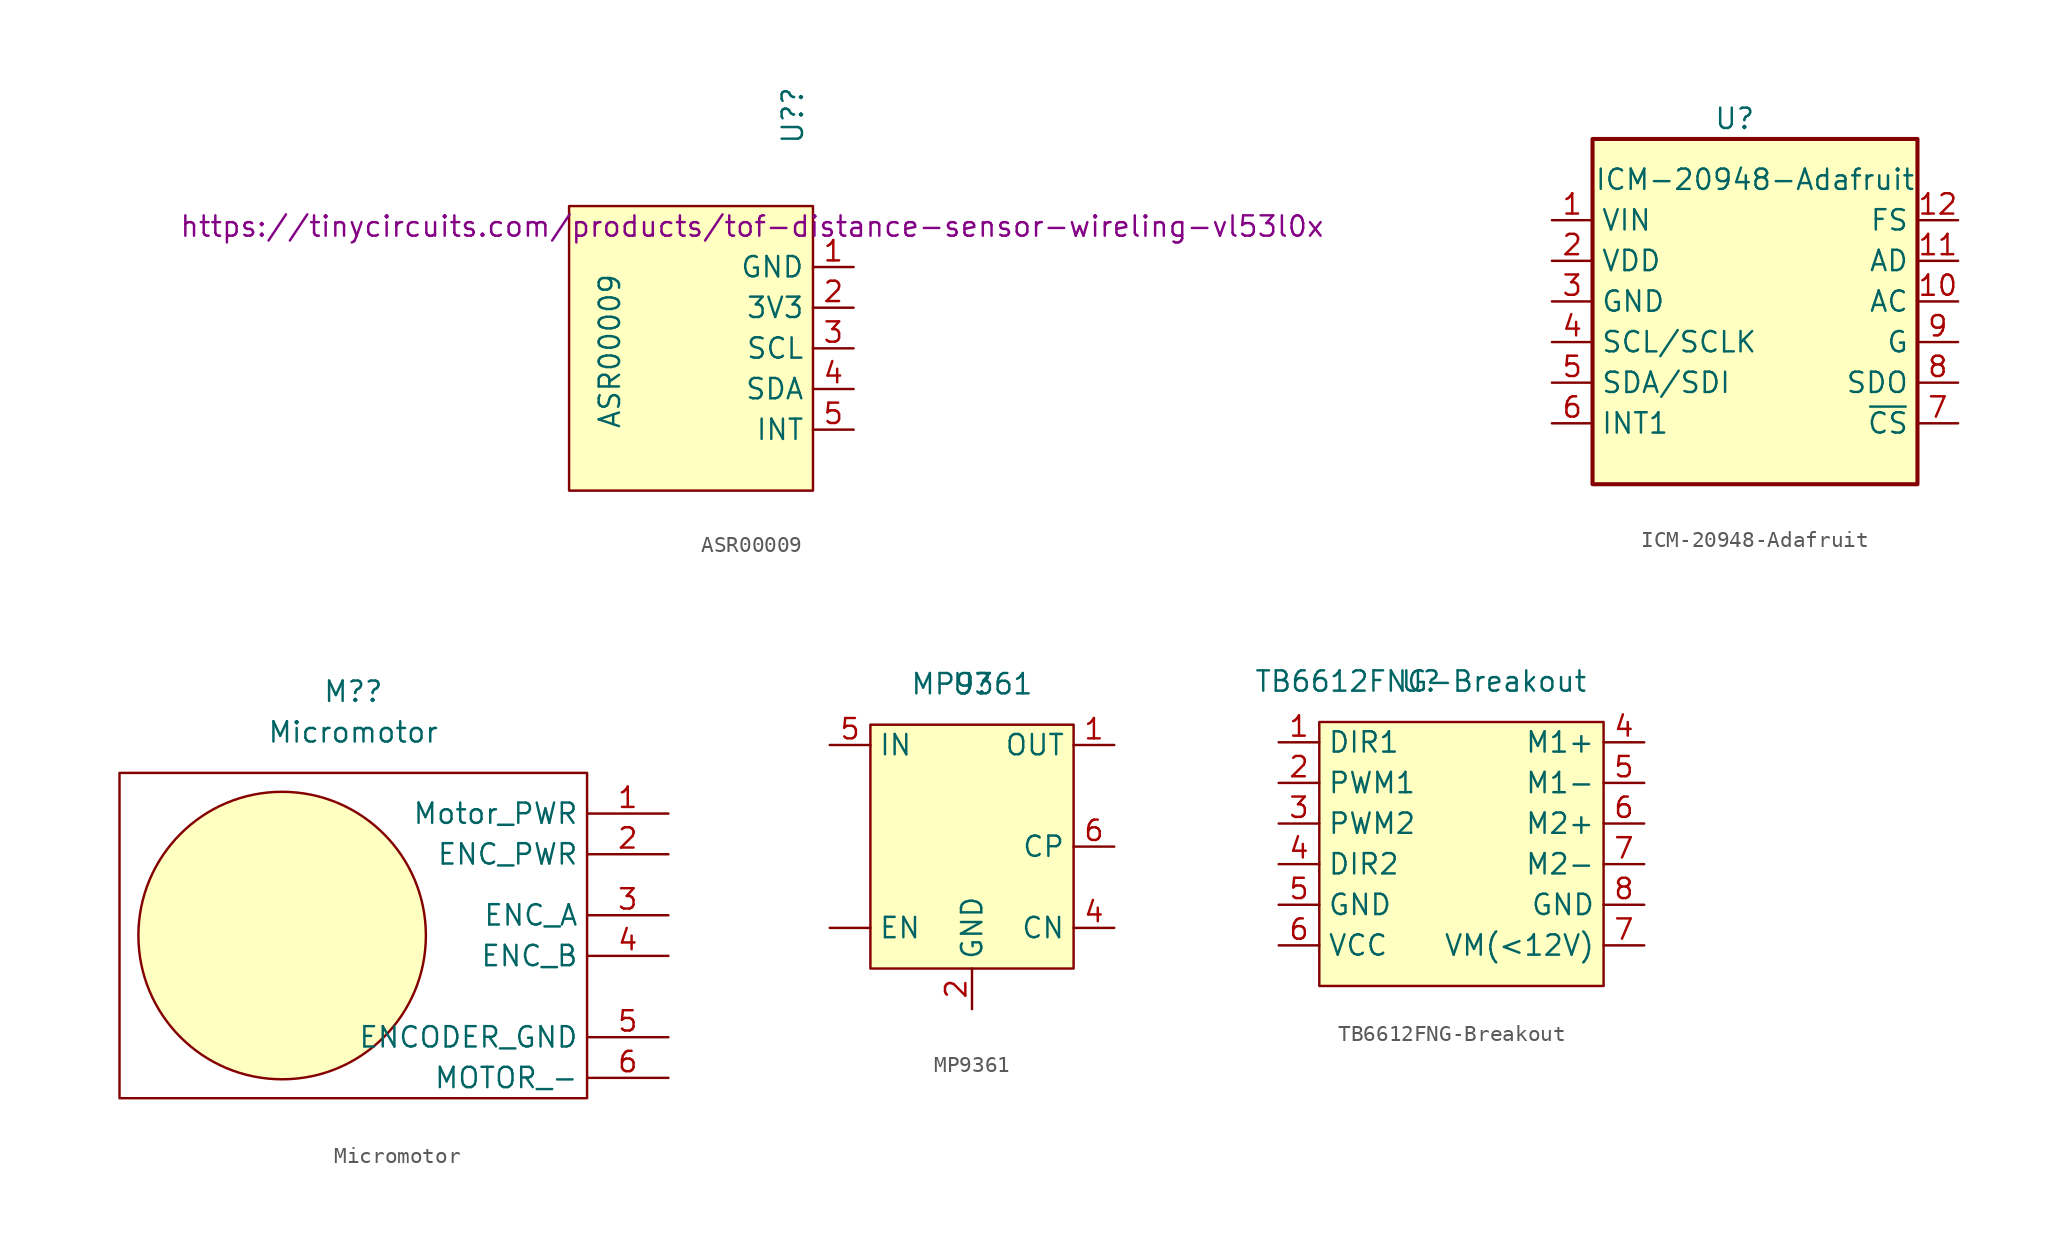
<source format=kicad_sym>
(kicad_symbol_lib
  (version 20211014)
  (generator kicad_symbol_editor)
  (symbol "ASR00009"
    (property "Reference" "U?"
      (at 2.54 5.08 90)
      (effects (font (size 1.27 1.27)) (justify left)))
    (property "Value" "ASR00009"
      (at -8.89 -12.7 90)
      (effects (font (size 1.27 1.27)) (justify left)))
    (property "breakout " "https://tinycircuits.com/products/tof-distance-sensor-wireling-vl53l0x"
      (at 0 0 0)
      (effects (font (size 1.27 1.27))))
    (symbol "ASR00009_0_1"
      (rectangle (start -11.43 1.27) (end 3.81 -16.51) (stroke (width 0) (type default) (color 0 0 0 0)) (fill (type background))))
    (symbol "ASR00009_1_1"
      (pin input line (at 6.35 -2.54 180) (length 2.54) (name "GND" (effects (font (size 1.27 1.27)))) (number "1" (effects (font (size 1.27 1.27)))))
      (pin input line (at 6.35 -5.08 180) (length 2.54) (name "3V3" (effects (font (size 1.27 1.27)))) (number "2" (effects (font (size 1.27 1.27)))))
      (pin input line (at 6.35 -7.62 180) (length 2.54) (name "SCL" (effects (font (size 1.27 1.27)))) (number "3" (effects (font (size 1.27 1.27)))))
      (pin input line (at 6.35 -10.16 180) (length 2.54) (name "SDA" (effects (font (size 1.27 1.27)))) (number "4" (effects (font (size 1.27 1.27)))))
      (pin input line (at 6.35 -12.7 180) (length 2.54) (name "INT" (effects (font (size 1.27 1.27)))) (number "5" (effects (font (size 1.27 1.27)))))))
  (symbol "ICM-20948-Adafruit"
    (property "Reference" "U"
      (at -1.27 16.51 0)
      (effects (font (size 1.27 1.27))))
    (property "Value" "ICM-20948-Adafruit"
      (at 0 12.7 0)
      (effects (font (size 1.27 1.27))))
    (symbol "ICM-20948-Adafruit_0_1"
      (rectangle (start -10.16 15.24) (end 10.16 -6.35) (stroke (width 0.254) (type default) (color 0 0 0 0)) (fill (type background))))
    (symbol "ICM-20948-Adafruit_1_1"
      (pin power_in line (at -12.7 10.16 0) (length 2.54) (name "VIN" (effects (font (size 1.27 1.27)))) (number "1" (effects (font (size 1.27 1.27)))))
      (pin passive line (at 12.7 5.08 180) (length 2.54) (name "AC" (effects (font (size 1.27 1.27)))) (number "10" (effects (font (size 1.27 1.27)))))
      (pin bidirectional line (at 12.7 7.62 180) (length 2.54) (name "AD" (effects (font (size 1.27 1.27)))) (number "11" (effects (font (size 1.27 1.27)))))
      (pin passive line (at 12.7 10.16 180) (length 2.54) (name "FS" (effects (font (size 1.27 1.27)))) (number "12" (effects (font (size 1.27 1.27)))))
      (pin power_in line (at -12.7 7.62 0) (length 2.54) (name "VDD" (effects (font (size 1.27 1.27)))) (number "2" (effects (font (size 1.27 1.27)))))
      (pin power_in line (at -12.7 5.08 0) (length 2.54) (name "GND" (effects (font (size 1.27 1.27)))) (number "3" (effects (font (size 1.27 1.27)))))
      (pin input line (at -12.7 2.54 0) (length 2.54) (name "SCL/SCLK" (effects (font (size 1.27 1.27)))) (number "4" (effects (font (size 1.27 1.27)))))
      (pin bidirectional line (at -12.7 0 0) (length 2.54) (name "SDA/SDI" (effects (font (size 1.27 1.27)))) (number "5" (effects (font (size 1.27 1.27)))))
      (pin output line (at -12.7 -2.54 0) (length 2.54) (name "INT1" (effects (font (size 1.27 1.27)))) (number "6" (effects (font (size 1.27 1.27)))))
      (pin input line (at 12.7 -2.54 180) (length 2.54) (name "~{CS}" (effects (font (size 1.27 1.27)))) (number "7" (effects (font (size 1.27 1.27)))))
      (pin output line (at 12.7 0 180) (length 2.54) (name "SDO" (effects (font (size 1.27 1.27)))) (number "8" (effects (font (size 1.27 1.27)))))
      (pin bidirectional line (at 12.7 2.54 180) (length 2.54) (name "G" (effects (font (size 1.27 1.27)))) (number "9" (effects (font (size 1.27 1.27)))))))
  (symbol "Micromotor"
    (property "Reference" "M?"
      (at -6.985 1.27 0)
      (effects (font (size 1.27 1.27))))
    (property "Value" "Micromotor"
      (at -6.985 -1.27 0)
      (effects (font (size 1.27 1.27))))
    (symbol "Micromotor_0_1"
      (rectangle (start -21.59 -3.81) (end 7.62 -24.13) (stroke (width 0) (type default) (color 0 0 0 0)) (fill (type none)))
      (circle (center -11.43 -13.97) (radius 8.98) (stroke (width 0) (type default) (color 0 0 0 0)) (fill (type background))))
    (symbol "Micromotor_1_1"
      (pin input line (at 12.7 -6.35 180) (length 5.08) (name "Motor_PWR" (effects (font (size 1.27 1.27)))) (number "1" (effects (font (size 1.27 1.27)))))
      (pin input line (at 12.7 -8.89 180) (length 5.08) (name "ENC_PWR" (effects (font (size 1.27 1.27)))) (number "2" (effects (font (size 1.27 1.27)))))
      (pin input line (at 12.7 -12.7 180) (length 5.08) (name "ENC_A" (effects (font (size 1.27 1.27)))) (number "3" (effects (font (size 1.27 1.27)))))
      (pin input line (at 12.7 -15.24 180) (length 5.08) (name "ENC_B" (effects (font (size 1.27 1.27)))) (number "4" (effects (font (size 1.27 1.27)))))
      (pin input line (at 12.7 -20.32 180) (length 5.08) (name "ENCODER_GND" (effects (font (size 1.27 1.27)))) (number "5" (effects (font (size 1.27 1.27)))))
      (pin input line (at 12.7 -22.86 180) (length 5.08) (name "MOTOR_-" (effects (font (size 1.27 1.27)))) (number "6" (effects (font (size 1.27 1.27)))))))
  (symbol "MP9361"
    (property "Reference" "U"
      (at 0 0 0)
      (effects (font (size 1.27 1.27))))
    (property "Value" "MP9361"
      (at 0 0 0)
      (effects (font (size 1.27 1.27))))
    (symbol "MP9361_0_1"
      (rectangle (start 6.35 -17.78) (end -6.35 -2.54) (stroke (width 0) (type default) (color 0 0 0 0)) (fill (type background))))
    (symbol "MP9361_1_1"
      (pin input line (at -8.89 -15.24 0) (length 2.54) (name "EN" (effects (font (size 1.27 1.27)))) (number "" (effects (font (size 1.27 1.27)))))
      (pin input line (at 8.89 -3.81 180) (length 2.54) (name "OUT" (effects (font (size 1.27 1.27)))) (number "1" (effects (font (size 1.27 1.27)))))
      (pin input line (at 0 -20.32 90) (length 2.54) (name "GND" (effects (font (size 1.27 1.27)))) (number "2" (effects (font (size 1.27 1.27)))))
      (pin input line (at 8.89 -15.24 180) (length 2.54) (name "CN" (effects (font (size 1.27 1.27)))) (number "4" (effects (font (size 1.27 1.27)))))
      (pin input line (at -8.89 -3.81 0) (length 2.54) (name "IN" (effects (font (size 1.27 1.27)))) (number "5" (effects (font (size 1.27 1.27)))))
      (pin input line (at 8.89 -10.16 180) (length 2.54) (name "CP" (effects (font (size 1.27 1.27)))) (number "6" (effects (font (size 1.27 1.27)))))))
  (symbol "TB6612FNG-Breakout"
    (property "Reference" "U"
      (at 0 0 0)
      (effects (font (size 1.27 1.27))))
    (property "Value" "TB6612FNG-Breakout"
      (at 0 0 0)
      (effects (font (size 1.27 1.27))))
    (symbol "TB6612FNG-Breakout_0_1"
      (rectangle (start -6.35 -2.54) (end 11.43 -19.05) (stroke (width 0) (type default) (color 0 0 0 0)) (fill (type background))))
    (symbol "TB6612FNG-Breakout_1_1"
      (pin passive line (at -8.89 -3.81 0) (length 2.54) (name "DIR1" (effects (font (size 1.27 1.27)))) (number "1" (effects (font (size 1.27 1.27)))))
      (pin input line (at -8.89 -6.35 0) (length 2.54) (name "PWM1" (effects (font (size 1.27 1.27)))) (number "2" (effects (font (size 1.27 1.27)))))
      (pin input line (at -8.89 -8.89 0) (length 2.54) (name "PWM2" (effects (font (size 1.27 1.27)))) (number "3" (effects (font (size 1.27 1.27)))))
      (pin input line (at -8.89 -11.43 0) (length 2.54) (name "DIR2" (effects (font (size 1.27 1.27)))) (number "4" (effects (font (size 1.27 1.27)))))
      (pin input line (at 13.97 -3.81 180) (length 2.54) (name "M1+" (effects (font (size 1.27 1.27)))) (number "4" (effects (font (size 1.27 1.27)))))
      (pin input line (at -8.89 -13.97 0) (length 2.54) (name "GND" (effects (font (size 1.27 1.27)))) (number "5" (effects (font (size 1.27 1.27)))))
      (pin input line (at 13.97 -6.35 180) (length 2.54) (name "M1-" (effects (font (size 1.27 1.27)))) (number "5" (effects (font (size 1.27 1.27)))))
      (pin input line (at 13.97 -8.89 180) (length 2.54) (name "M2+" (effects (font (size 1.27 1.27)))) (number "6" (effects (font (size 1.27 1.27)))))
      (pin input line (at -8.89 -16.51 0) (length 2.54) (name "VCC" (effects (font (size 1.27 1.27)))) (number "6" (effects (font (size 1.27 1.27)))))
      (pin input line (at 13.97 -11.43 180) (length 2.54) (name "M2-" (effects (font (size 1.27 1.27)))) (number "7" (effects (font (size 1.27 1.27)))))
      (pin input line (at 13.97 -16.51 180) (length 2.54) (name "VM(<12V)" (effects (font (size 1.27 1.27)))) (number "7" (effects (font (size 1.27 1.27)))))
      (pin input line (at 13.97 -13.97 180) (length 2.54) (name "GND" (effects (font (size 1.27 1.27)))) (number "8" (effects (font (size 1.27 1.27))))))))
</source>
